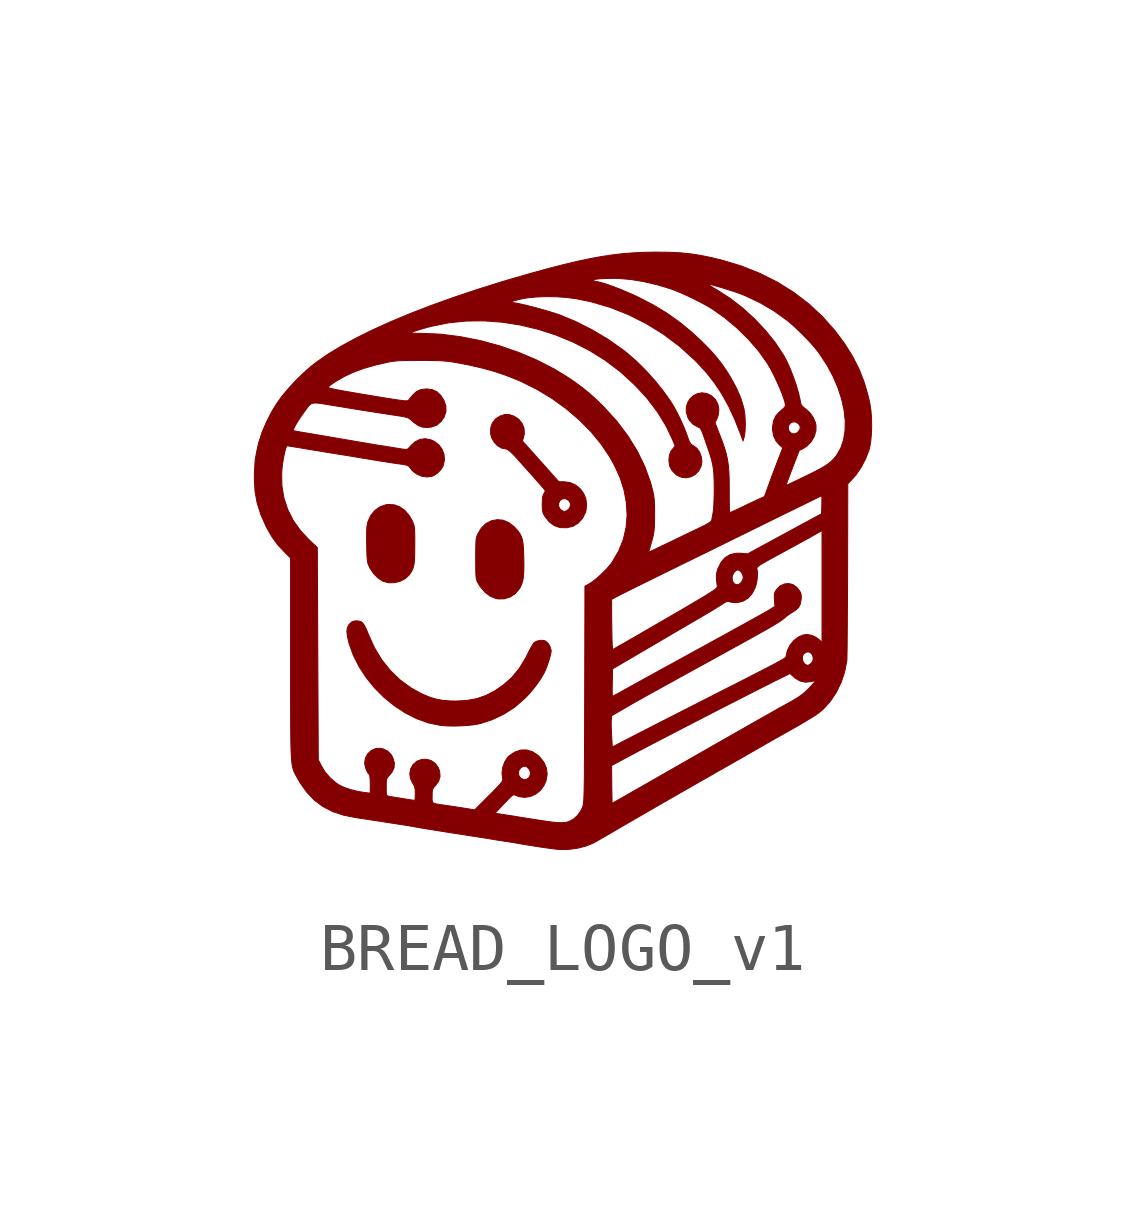
<source format=kicad_sym>
(kicad_symbol_lib
  (version 20231120)
  (generator "kicad_symbol_editor")
  (generator_version "8.0")
  (symbol "BREAD_LOGO_v1"
    (pin_names
      (offset 1.016))
    (property "Reference" "#G"
      (at 0 9.369 0)
      (effects (font (size 1.27 1.27)) (hide yes)))
    (symbol "BREAD_LOGO_v1_0_0"
      (polyline (pts (xy -1.188 -0.975) (xy -1.069 -0.937) (xy -0.963 -0.867) (xy -0.879 -0.768) (xy -0.856 -0.73) (xy -0.828 -0.668) (xy -0.807 -0.6) (xy -0.793 -0.517) (xy -0.786 -0.416) (xy -0.783 -0.288) (xy -0.785 -0.127) (xy -0.786 -0.091) (xy -0.791 0.05) (xy -0.799 0.16) (xy -0.813 0.247) (xy -0.834 0.318) (xy -0.865 0.379) (xy -0.906 0.437) (xy -0.961 0.501) (xy -0.99 0.53) (xy -1.101 0.615) (xy -1.218 0.664) (xy -1.34 0.674) (xy -1.464 0.65) (xy -1.577 0.591) (xy -1.671 0.498) (xy -1.747 0.371) (xy -1.751 0.363) (xy -1.763 0.331) (xy -1.773 0.296) (xy -1.78 0.251) (xy -1.784 0.192) (xy -1.786 0.112) (xy -1.788 0.004) (xy -1.788 -0.137) (xy -1.788 -0.22) (xy -1.787 -0.34) (xy -1.786 -0.43) (xy -1.782 -0.496) (xy -1.777 -0.544) (xy -1.769 -0.581) (xy -1.758 -0.61) (xy -1.744 -0.639) (xy -1.694 -0.721) (xy -1.598 -0.835) (xy -1.489 -0.919) (xy -1.371 -0.968) (xy -1.315 -0.978) (xy -1.188 -0.975)) (stroke (width 0.01) (type default)) (fill (type outline)))
      (polyline (pts (xy -3.48 -0.639) (xy -3.363 -0.61) (xy -3.259 -0.556) (xy -3.177 -0.48) (xy -3.159 -0.455) (xy -3.124 -0.403) (xy -3.099 -0.35) (xy -3.081 -0.291) (xy -3.069 -0.218) (xy -3.062 -0.125) (xy -3.059 -0.005) (xy -3.058 0.146) (xy -3.058 0.222) (xy -3.058 0.337) (xy -3.06 0.423) (xy -3.063 0.487) (xy -3.07 0.535) (xy -3.079 0.573) (xy -3.092 0.608) (xy -3.109 0.647) (xy -3.167 0.751) (xy -3.26 0.862) (xy -3.368 0.941) (xy -3.487 0.984) (xy -3.616 0.991) (xy -3.666 0.984) (xy -3.787 0.94) (xy -3.892 0.864) (xy -3.976 0.761) (xy -4.034 0.634) (xy -4.044 0.597) (xy -4.053 0.547) (xy -4.059 0.486) (xy -4.062 0.406) (xy -4.062 0.3) (xy -4.061 0.162) (xy -4.06 0.153) (xy -4.058 0.025) (xy -4.055 -0.07) (xy -4.051 -0.141) (xy -4.044 -0.194) (xy -4.035 -0.236) (xy -4.021 -0.273) (xy -4.003 -0.313) (xy -3.99 -0.34) (xy -3.915 -0.451) (xy -3.822 -0.544) (xy -3.722 -0.608) (xy -3.711 -0.613) (xy -3.6 -0.641) (xy -3.48 -0.639)) (stroke (width 0.01) (type default)) (fill (type outline)))
      (polyline (pts (xy -2.074 -3.623) (xy -1.926 -3.613) (xy -1.794 -3.597) (xy -1.69 -3.576) (xy -1.449 -3.497) (xy -1.197 -3.378) (xy -0.968 -3.229) (xy -0.761 -3.049) (xy -0.654 -2.935) (xy -0.539 -2.794) (xy -0.439 -2.653) (xy -0.362 -2.522) (xy -0.334 -2.46) (xy -0.3 -2.375) (xy -0.268 -2.281) (xy -0.241 -2.192) (xy -0.222 -2.116) (xy -0.215 -2.066) (xy -0.216 -2.045) (xy -0.239 -1.97) (xy -0.281 -1.901) (xy -0.334 -1.855) (xy -0.372 -1.843) (xy -0.442 -1.842) (xy -0.514 -1.858) (xy -0.569 -1.888) (xy -0.592 -1.918) (xy -0.626 -1.975) (xy -0.668 -2.052) (xy -0.711 -2.139) (xy -0.745 -2.206) (xy -0.878 -2.426) (xy -1.033 -2.614) (xy -1.212 -2.772) (xy -1.384 -2.891) (xy -1.573 -2.99) (xy -1.767 -3.057) (xy -1.974 -3.095) (xy -2.202 -3.107) (xy -2.318 -3.105) (xy -2.478 -3.092) (xy -2.621 -3.065) (xy -2.76 -3.021) (xy -2.909 -2.958) (xy -3.135 -2.834) (xy -3.362 -2.668) (xy -3.566 -2.472) (xy -3.746 -2.247) (xy -3.899 -1.994) (xy -4.025 -1.716) (xy -4.06 -1.629) (xy -4.099 -1.546) (xy -4.135 -1.49) (xy -4.173 -1.456) (xy -4.217 -1.44) (xy -4.273 -1.436) (xy -4.327 -1.44) (xy -4.373 -1.458) (xy -4.417 -1.5) (xy -4.434 -1.521) (xy -4.464 -1.58) (xy -4.474 -1.653) (xy -4.465 -1.746) (xy -4.438 -1.867) (xy -4.43 -1.898) (xy -4.341 -2.148) (xy -4.219 -2.39) (xy -4.069 -2.62) (xy -3.894 -2.835) (xy -3.698 -3.031) (xy -3.484 -3.205) (xy -3.257 -3.354) (xy -3.02 -3.474) (xy -2.776 -3.562) (xy -2.53 -3.613) (xy -2.503 -3.617) (xy -2.374 -3.626) (xy -2.227 -3.628) (xy -2.074 -3.623)) (stroke (width 0.01) (type default)) (fill (type outline)))
      (polyline (pts (xy 0.24 0.537) (xy 0.348 0.602) (xy 0.436 0.697) (xy 0.498 0.82) (xy 0.51 0.859) (xy 0.525 0.987) (xy 0.508 1.11) (xy 0.461 1.223) (xy 0.388 1.321) (xy 0.294 1.397) (xy 0.181 1.447) (xy 0.054 1.465) (xy -0.055 1.465) (xy -0.434 1.89) (xy -0.814 2.315) (xy -0.787 2.403) (xy -0.774 2.466) (xy -0.78 2.576) (xy -0.819 2.678) (xy -0.889 2.766) (xy -0.985 2.83) (xy -1.082 2.864) (xy -1.179 2.867) (xy -1.28 2.835) (xy -1.373 2.775) (xy -1.441 2.689) (xy -1.476 2.585) (xy -1.477 2.465) (xy -1.456 2.383) (xy -1.405 2.292) (xy -1.334 2.217) (xy -1.251 2.167) (xy -1.163 2.149) (xy -1.153 2.148) (xy -1.113 2.13) (xy -1.06 2.088) (xy -0.99 2.017) (xy -0.963 1.989) (xy -0.903 1.923) (xy -0.827 1.838) (xy -0.74 1.741) (xy -0.649 1.639) (xy -0.559 1.538) (xy -0.476 1.444) (xy -0.407 1.364) (xy -0.357 1.306) (xy -0.343 1.287) (xy -0.342 1.26) (xy -0.365 1.219) (xy -0.375 1.2) (xy -0.39 1.155) (xy -0.398 1.09) (xy -0.4 1.016) (xy -0.06 1.016) (xy -0.025 1.079) (xy -0.013 1.091) (xy 0.041 1.113) (xy 0.099 1.107) (xy 0.151 1.074) (xy 0.185 1.018) (xy 0.187 1.012) (xy 0.184 0.952) (xy 0.154 0.896) (xy 0.107 0.859) (xy 0.071 0.847) (xy 0.052 0.841) (xy 0.037 0.848) (xy -0.026 0.892) (xy -0.059 0.951) (xy -0.06 1.016) (xy -0.4 1.016) (xy -0.401 0.997) (xy -0.4 0.943) (xy -0.397 0.875) (xy -0.387 0.826) (xy -0.368 0.782) (xy -0.336 0.73) (xy -0.252 0.625) (xy -0.15 0.551) (xy -0.037 0.511) (xy -0.025 0.509) (xy 0.114 0.506) (xy 0.24 0.537)) (stroke (width 0.01) (type default)) (fill (type outline)))
      (polyline (pts (xy 0.155 -6.199) (xy 0.335 -6.175) (xy 0.506 -6.131) (xy 0.654 -6.072) (xy 0.674 -6.061) (xy 0.733 -6.029) (xy 0.813 -5.983) (xy 0.907 -5.929) (xy 1.006 -5.871) (xy 1.091 -5.822) (xy 1.236 -5.737) (xy 1.407 -5.638) (xy 1.598 -5.527) (xy 1.806 -5.407) (xy 2.024 -5.281) (xy 2.248 -5.152) (xy 2.473 -5.023) (xy 2.695 -4.896) (xy 2.908 -4.774) (xy 3.107 -4.661) (xy 3.159 -4.631) (xy 3.317 -4.541) (xy 3.477 -4.45) (xy 3.632 -4.362) (xy 3.775 -4.28) (xy 3.899 -4.209) (xy 3.996 -4.153) (xy 4.053 -4.12) (xy 4.176 -4.05) (xy 4.319 -3.968) (xy 4.471 -3.882) (xy 4.625 -3.795) (xy 4.769 -3.714) (xy 4.877 -3.653) (xy 5.005 -3.579) (xy 5.123 -3.508) (xy 5.226 -3.446) (xy 5.307 -3.394) (xy 5.36 -3.357) (xy 5.456 -3.277) (xy 5.601 -3.118) (xy 5.726 -2.932) (xy 5.828 -2.724) (xy 5.903 -2.501) (xy 5.949 -2.267) (xy 5.949 -2.265) (xy 5.951 -2.23) (xy 5.952 -2.158) (xy 5.954 -2.054) (xy 5.956 -1.919) (xy 5.957 -1.758) (xy 5.959 -1.571) (xy 5.96 -1.364) (xy 5.962 -1.138) (xy 5.963 -0.897) (xy 5.964 -0.643) (xy 5.965 -0.379) (xy 5.969 1.421) (xy 6.087 1.547) (xy 6.146 1.616) (xy 6.249 1.767) (xy 6.339 1.939) (xy 6.409 2.12) (xy 6.424 2.172) (xy 6.447 2.303) (xy 6.461 2.457) (xy 6.467 2.623) (xy 6.464 2.793) (xy 6.451 2.955) (xy 6.429 3.1) (xy 6.4 3.231) (xy 6.316 3.526) (xy 6.208 3.805) (xy 6.072 4.074) (xy 5.905 4.341) (xy 5.704 4.612) (xy 5.697 4.62) (xy 5.439 4.911) (xy 5.152 5.177) (xy 4.838 5.416) (xy 4.498 5.628) (xy 4.134 5.81) (xy 3.748 5.963) (xy 3.341 6.086) (xy 3.106 6.142) (xy 2.89 6.186) (xy 2.683 6.217) (xy 2.474 6.238) (xy 2.249 6.249) (xy 1.999 6.252) (xy 1.956 6.252) (xy 1.723 6.248) (xy 1.498 6.237) (xy 1.276 6.22) (xy 1.053 6.193) (xy 0.823 6.158) (xy 0.58 6.113) (xy 0.321 6.058) (xy 0.041 5.991) (xy -0.267 5.912) (xy -0.606 5.819) (xy -0.709 5.79) (xy -1.244 5.634) (xy -1.756 5.473) (xy -2.246 5.309) (xy -2.711 5.142) (xy -3.149 4.973) (xy -3.559 4.802) (xy -3.938 4.63) (xy -4.067 4.567) (xy -3.146 4.567) (xy -3.136 4.575) (xy -3.096 4.592) (xy -3.023 4.616) (xy -2.915 4.649) (xy -2.771 4.69) (xy -2.704 4.707) (xy -2.352 4.778) (xy -1.988 4.815) (xy -1.614 4.819) (xy -1.236 4.791) (xy -0.858 4.732) (xy -0.482 4.642) (xy -0.114 4.523) (xy 0.244 4.375) (xy 0.587 4.2) (xy 0.91 3.998) (xy 1.211 3.771) (xy 1.247 3.741) (xy 1.536 3.475) (xy 1.788 3.202) (xy 2.002 2.919) (xy 2.182 2.625) (xy 2.326 2.32) (xy 2.371 2.208) (xy 2.331 2.164) (xy 2.279 2.094) (xy 2.249 2.013) (xy 2.24 1.912) (xy 2.241 1.892) (xy 2.258 1.787) (xy 2.305 1.698) (xy 2.386 1.617) (xy 2.405 1.603) (xy 2.499 1.559) (xy 2.6 1.548) (xy 2.698 1.567) (xy 2.788 1.616) (xy 2.861 1.691) (xy 2.912 1.79) (xy 2.927 1.878) (xy 2.917 1.982) (xy 2.88 2.082) (xy 2.821 2.165) (xy 2.744 2.222) (xy 2.722 2.233) (xy 2.689 2.261) (xy 2.664 2.304) (xy 2.639 2.373) (xy 2.633 2.392) (xy 2.591 2.508) (xy 2.536 2.642) (xy 2.473 2.781) (xy 2.408 2.913) (xy 2.346 3.026) (xy 2.264 3.158) (xy 2.113 3.369) (xy 1.94 3.583) (xy 1.753 3.79) (xy 1.558 3.982) (xy 1.364 4.151) (xy 1.275 4.22) (xy 0.969 4.435) (xy 0.64 4.631) (xy 0.301 4.803) (xy -0.038 4.943) (xy -0.061 4.951) (xy -0.158 4.983) (xy -0.273 5.018) (xy -0.399 5.055) (xy -0.529 5.091) (xy -0.657 5.124) (xy -0.774 5.153) (xy -0.876 5.176) (xy -0.954 5.192) (xy -1.001 5.197) (xy -1.019 5.198) (xy -1.049 5.203) (xy -1.042 5.215) (xy -1.002 5.232) (xy -0.929 5.253) (xy -0.826 5.278) (xy -0.707 5.299) (xy -0.521 5.317) (xy -0.315 5.325) (xy -0.101 5.321) (xy 0.112 5.306) (xy 0.313 5.279) (xy 0.62 5.216) (xy 1.015 5.1) (xy 1.399 4.948) (xy 1.77 4.761) (xy 2.124 4.542) (xy 2.459 4.29) (xy 2.772 4.007) (xy 2.829 3.95) (xy 3.022 3.74) (xy 3.192 3.523) (xy 3.344 3.294) (xy 3.482 3.045) (xy 3.61 2.769) (xy 3.732 2.462) (xy 3.786 2.315) (xy 3.81 2.403) (xy 3.817 2.435) (xy 3.829 2.533) (xy 3.833 2.65) (xy 3.83 2.775) (xy 3.82 2.894) (xy 3.803 2.994) (xy 3.802 2.997) (xy 3.739 3.208) (xy 3.646 3.422) (xy 3.522 3.648) (xy 3.446 3.771) (xy 3.334 3.932) (xy 3.214 4.084) (xy 3.077 4.236) (xy 2.915 4.399) (xy 2.726 4.575) (xy 2.472 4.785) (xy 2.209 4.972) (xy 1.927 5.144) (xy 1.615 5.306) (xy 1.51 5.356) (xy 1.363 5.42) (xy 1.215 5.482) (xy 1.071 5.537) (xy 0.941 5.583) (xy 0.83 5.617) (xy 0.748 5.636) (xy 0.702 5.645) (xy 0.662 5.658) (xy 0.657 5.671) (xy 0.686 5.682) (xy 0.747 5.691) (xy 0.837 5.699) (xy 0.954 5.703) (xy 1.097 5.705) (xy 1.19 5.703) (xy 1.442 5.682) (xy 1.713 5.637) (xy 1.883 5.598) (xy 3.009 5.598) (xy 3.019 5.607) (xy 3.029 5.598) (xy 3.019 5.588) (xy 3.009 5.598) (xy 1.883 5.598) (xy 1.944 5.583) (xy 3.057 5.583) (xy 3.069 5.583) (xy 3.114 5.574) (xy 3.183 5.556) (xy 3.271 5.531) (xy 3.369 5.502) (xy 3.471 5.47) (xy 3.571 5.439) (xy 3.66 5.409) (xy 3.732 5.383) (xy 3.825 5.346) (xy 4.136 5.199) (xy 4.434 5.024) (xy 4.708 4.826) (xy 4.803 4.746) (xy 4.92 4.639) (xy 5.04 4.521) (xy 5.156 4.401) (xy 5.258 4.288) (xy 5.338 4.191) (xy 5.393 4.115) (xy 5.541 3.887) (xy 5.666 3.654) (xy 5.766 3.419) (xy 5.841 3.186) (xy 5.891 2.958) (xy 5.915 2.739) (xy 5.912 2.531) (xy 5.881 2.34) (xy 5.823 2.167) (xy 5.736 2.016) (xy 5.717 1.992) (xy 5.668 1.934) (xy 5.613 1.881) (xy 5.546 1.829) (xy 5.464 1.776) (xy 5.361 1.718) (xy 5.231 1.651) (xy 5.07 1.572) (xy 5.022 1.549) (xy 4.915 1.497) (xy 4.821 1.453) (xy 4.748 1.418) (xy 4.699 1.395) (xy 4.681 1.387) (xy 4.681 1.388) (xy 4.688 1.412) (xy 4.707 1.465) (xy 4.737 1.544) (xy 4.773 1.641) (xy 4.816 1.752) (xy 4.956 2.116) (xy 5.045 2.161) (xy 5.122 2.212) (xy 5.208 2.302) (xy 5.271 2.41) (xy 5.305 2.527) (xy 5.306 2.644) (xy 5.295 2.696) (xy 5.247 2.808) (xy 5.174 2.909) (xy 5.087 2.987) (xy 5.052 3.012) (xy 5.005 3.058) (xy 4.987 3.102) (xy 4.974 3.179) (xy 4.94 3.324) (xy 4.893 3.485) (xy 4.834 3.653) (xy 4.77 3.818) (xy 4.702 3.969) (xy 4.635 4.096) (xy 4.629 4.105) (xy 4.459 4.363) (xy 4.256 4.616) (xy 4.027 4.859) (xy 3.779 5.085) (xy 3.517 5.288) (xy 3.248 5.461) (xy 3.172 5.506) (xy 3.11 5.544) (xy 3.07 5.572) (xy 3.057 5.583) (xy 1.944 5.583) (xy 1.994 5.572) (xy 2.276 5.487) (xy 2.323 5.47) (xy 2.454 5.418) (xy 2.603 5.352) (xy 2.758 5.278) (xy 2.909 5.201) (xy 3.045 5.127) (xy 3.155 5.06) (xy 3.398 4.888) (xy 3.657 4.672) (xy 3.896 4.438) (xy 4.109 4.192) (xy 4.288 3.94) (xy 4.309 3.906) (xy 4.37 3.799) (xy 4.432 3.679) (xy 4.492 3.553) (xy 4.548 3.426) (xy 4.597 3.306) (xy 4.635 3.2) (xy 4.661 3.114) (xy 4.67 3.055) (xy 4.663 3.036) (xy 4.63 2.995) (xy 4.578 2.95) (xy 4.558 2.934) (xy 4.474 2.845) (xy 4.422 2.738) (xy 4.4 2.607) (xy 4.4 2.592) (xy 4.728 2.592) (xy 4.739 2.643) (xy 4.775 2.69) (xy 4.828 2.713) (xy 4.887 2.709) (xy 4.942 2.673) (xy 4.975 2.624) (xy 4.976 2.573) (xy 4.942 2.513) (xy 4.892 2.473) (xy 4.835 2.462) (xy 4.782 2.481) (xy 4.743 2.525) (xy 4.728 2.592) (xy 4.4 2.592) (xy 4.4 2.546) (xy 4.422 2.423) (xy 4.473 2.314) (xy 4.547 2.229) (xy 4.614 2.173) (xy 4.527 1.951) (xy 4.521 1.935) (xy 4.48 1.827) (xy 4.431 1.699) (xy 4.381 1.566) (xy 4.336 1.442) (xy 4.232 1.156) (xy 4.123 1.107) (xy 4.117 1.104) (xy 4.054 1.075) (xy 3.968 1.034) (xy 3.869 0.988) (xy 3.768 0.939) (xy 3.737 0.924) (xy 3.651 0.884) (xy 3.579 0.851) (xy 3.53 0.829) (xy 3.509 0.821) (xy 3.506 0.829) (xy 3.503 0.871) (xy 3.501 0.942) (xy 3.499 1.039) (xy 3.498 1.155) (xy 3.498 1.285) (xy 3.498 1.347) (xy 3.496 1.528) (xy 3.49 1.681) (xy 3.478 1.814) (xy 3.46 1.937) (xy 3.433 2.057) (xy 3.395 2.183) (xy 3.346 2.323) (xy 3.283 2.486) (xy 3.201 2.697) (xy 3.242 2.781) (xy 3.271 2.862) (xy 3.281 2.975) (xy 3.26 3.085) (xy 3.208 3.181) (xy 3.129 3.257) (xy 3.031 3.304) (xy 2.932 3.319) (xy 2.837 3.303) (xy 2.752 3.26) (xy 2.681 3.196) (xy 2.63 3.114) (xy 2.602 3.018) (xy 2.602 2.914) (xy 2.636 2.804) (xy 2.661 2.756) (xy 2.735 2.67) (xy 2.836 2.61) (xy 2.857 2.601) (xy 2.876 2.592) (xy 2.892 2.579) (xy 2.907 2.557) (xy 2.925 2.522) (xy 2.946 2.468) (xy 2.974 2.391) (xy 3.01 2.287) (xy 3.057 2.151) (xy 3.091 2.052) (xy 3.126 1.937) (xy 3.151 1.831) (xy 3.168 1.726) (xy 3.178 1.611) (xy 3.183 1.477) (xy 3.185 1.314) (xy 3.184 1.21) (xy 3.181 1.088) (xy 3.176 0.979) (xy 3.17 0.89) (xy 3.163 0.832) (xy 3.153 0.777) (xy 3.141 0.711) (xy 3.133 0.667) (xy 3.13 0.658) (xy 3.115 0.637) (xy 3.082 0.612) (xy 3.029 0.58) (xy 2.948 0.538) (xy 2.837 0.484) (xy 2.752 0.444) (xy 2.618 0.38) (xy 2.472 0.309) (xy 2.325 0.238) (xy 2.19 0.173) (xy 2.163 0.161) (xy 2.057 0.109) (xy 1.964 0.065) (xy 1.891 0.031) (xy 1.841 0.008) (xy 1.822 0) (xy 1.819 0.006) (xy 1.827 0.034) (xy 1.832 0.049) (xy 1.847 0.099) (xy 1.867 0.171) (xy 1.891 0.254) (xy 1.909 0.325) (xy 1.923 0.393) (xy 1.932 0.462) (xy 1.938 0.542) (xy 1.941 0.642) (xy 1.942 0.772) (xy 1.942 0.895) (xy 1.939 1.012) (xy 1.933 1.105) (xy 1.922 1.185) (xy 1.907 1.26) (xy 1.857 1.451) (xy 1.737 1.783) (xy 1.579 2.107) (xy 1.384 2.422) (xy 1.153 2.728) (xy 0.885 3.023) (xy 0.749 3.156) (xy 0.601 3.292) (xy 0.453 3.414) (xy 0.292 3.533) (xy 0.107 3.658) (xy -0.151 3.815) (xy -0.509 3.999) (xy -0.891 4.161) (xy -1.288 4.298) (xy -1.694 4.408) (xy -2.104 4.489) (xy -2.51 4.541) (xy -2.906 4.559) (xy -2.913 4.559) (xy -3.003 4.56) (xy -3.078 4.562) (xy -3.127 4.564) (xy -3.146 4.567) (xy -4.067 4.567) (xy -4.286 4.458) (xy -4.6 4.287) (xy -4.878 4.118) (xy -5.119 3.95) (xy -5.228 3.864) (xy -5.389 3.721) (xy -5.55 3.563) (xy -5.7 3.399) (xy -5.834 3.238) (xy -5.941 3.087) (xy -6.031 2.941) (xy -6.148 2.714) (xy -6.245 2.487) (xy -6.316 2.266) (xy -6.36 2.061) (xy -6.362 2.047) (xy -6.372 1.993) (xy -6.379 1.959) (xy -6.38 1.955) (xy -6.385 1.919) (xy -6.39 1.853) (xy -6.395 1.766) (xy -6.4 1.666) (xy -6.401 1.645) (xy -5.833 1.645) (xy -5.83 1.687) (xy -5.821 1.786) (xy -5.806 1.889) (xy -5.789 1.989) (xy -5.77 2.079) (xy -5.751 2.151) (xy -5.734 2.199) (xy -5.719 2.215) (xy -5.704 2.213) (xy -5.652 2.204) (xy -5.572 2.191) (xy -5.472 2.175) (xy -5.359 2.156) (xy -5.24 2.136) (xy -5.122 2.117) (xy -5.012 2.099) (xy -4.988 2.095) (xy -4.864 2.074) (xy -4.738 2.054) (xy -4.623 2.035) (xy -4.533 2.021) (xy -4.488 2.014) (xy -4.408 2.001) (xy -4.344 1.99) (xy -4.308 1.984) (xy -4.307 1.984) (xy -4.259 1.976) (xy -4.201 1.966) (xy -4.101 1.95) (xy -3.928 1.921) (xy -3.786 1.898) (xy -3.671 1.88) (xy -3.576 1.865) (xy -3.498 1.853) (xy -3.43 1.843) (xy -3.369 1.835) (xy -3.289 1.823) (xy -3.232 1.812) (xy -3.196 1.798) (xy -3.172 1.777) (xy -3.149 1.746) (xy -3.11 1.696) (xy -3.02 1.626) (xy -2.914 1.58) (xy -2.801 1.564) (xy -2.692 1.581) (xy -2.662 1.593) (xy -2.585 1.645) (xy -2.515 1.716) (xy -2.468 1.793) (xy -2.464 1.803) (xy -2.439 1.919) (xy -2.448 2.036) (xy -2.49 2.145) (xy -2.56 2.239) (xy -2.657 2.31) (xy -2.72 2.338) (xy -2.839 2.362) (xy -2.951 2.348) (xy -3.055 2.296) (xy -3.148 2.208) (xy -3.161 2.191) (xy -3.199 2.152) (xy -3.232 2.137) (xy -3.271 2.139) (xy -3.278 2.14) (xy -3.326 2.148) (xy -3.401 2.16) (xy -3.495 2.175) (xy -3.599 2.192) (xy -3.705 2.209) (xy -3.804 2.224) (xy -3.888 2.238) (xy -3.903 2.24) (xy -3.954 2.249) (xy -4.037 2.263) (xy -4.145 2.281) (xy -4.273 2.303) (xy -4.417 2.328) (xy -4.572 2.354) (xy -4.647 2.367) (xy -4.808 2.395) (xy -4.962 2.421) (xy -5.103 2.445) (xy -5.224 2.466) (xy -5.32 2.482) (xy -5.383 2.492) (xy -5.42 2.498) (xy -5.496 2.512) (xy -5.554 2.523) (xy -5.583 2.53) (xy -5.588 2.541) (xy -5.576 2.58) (xy -5.545 2.642) (xy -5.498 2.722) (xy -5.436 2.817) (xy -5.362 2.921) (xy -5.335 2.958) (xy -5.295 3.014) (xy -5.261 3.055) (xy -5.228 3.084) (xy -5.19 3.101) (xy -5.141 3.107) (xy -5.076 3.104) (xy -4.989 3.093) (xy -4.875 3.074) (xy -4.727 3.049) (xy -4.632 3.034) (xy -4.383 2.993) (xy -4.156 2.956) (xy -3.938 2.922) (xy -3.716 2.887) (xy -3.478 2.851) (xy -3.422 2.843) (xy -3.327 2.828) (xy -3.26 2.815) (xy -3.212 2.801) (xy -3.178 2.785) (xy -3.148 2.764) (xy -3.116 2.735) (xy -3.079 2.702) (xy -2.988 2.638) (xy -2.898 2.603) (xy -2.798 2.595) (xy -2.705 2.606) (xy -2.595 2.648) (xy -2.507 2.723) (xy -2.445 2.816) (xy -2.408 2.928) (xy -2.41 3.044) (xy -2.45 3.161) (xy -2.518 3.268) (xy -2.599 3.343) (xy -2.697 3.386) (xy -2.815 3.4) (xy -2.82 3.4) (xy -2.932 3.386) (xy -3.023 3.345) (xy -3.102 3.271) (xy -3.123 3.245) (xy -3.163 3.197) (xy -3.19 3.164) (xy -3.194 3.161) (xy -3.206 3.155) (xy -3.228 3.152) (xy -3.262 3.152) (xy -3.313 3.157) (xy -3.384 3.166) (xy -3.479 3.18) (xy -3.601 3.199) (xy -3.754 3.224) (xy -3.942 3.255) (xy -4.042 3.272) (xy -4.245 3.306) (xy -4.414 3.335) (xy -4.551 3.359) (xy -4.659 3.379) (xy -4.74 3.395) (xy -4.799 3.409) (xy -4.838 3.419) (xy -4.858 3.428) (xy -4.864 3.436) (xy -4.858 3.444) (xy -4.828 3.471) (xy -4.781 3.506) (xy -4.707 3.555) (xy -4.527 3.66) (xy -4.332 3.75) (xy -4.117 3.829) (xy -3.875 3.898) (xy -3.601 3.961) (xy -3.564 3.968) (xy -3.499 3.977) (xy -3.425 3.985) (xy -3.338 3.99) (xy -3.231 3.993) (xy -3.097 3.994) (xy -2.931 3.994) (xy -2.818 3.994) (xy -2.681 3.992) (xy -2.571 3.99) (xy -2.478 3.985) (xy -2.397 3.978) (xy -2.318 3.969) (xy -2.235 3.956) (xy -2.139 3.939) (xy -1.931 3.899) (xy -1.653 3.835) (xy -1.397 3.764) (xy -1.152 3.681) (xy -0.908 3.584) (xy -0.832 3.551) (xy -0.506 3.388) (xy -0.194 3.199) (xy 0.099 2.987) (xy 0.37 2.755) (xy 0.615 2.508) (xy 0.829 2.248) (xy 1.009 1.979) (xy 1.109 1.798) (xy 1.225 1.54) (xy 1.305 1.287) (xy 1.352 1.032) (xy 1.368 0.772) (xy 1.368 0.766) (xy 1.347 0.509) (xy 1.289 0.26) (xy 1.193 0.021) (xy 1.059 -0.209) (xy 1.026 -0.254) (xy 0.949 -0.344) (xy 0.856 -0.439) (xy 0.758 -0.529) (xy 0.665 -0.606) (xy 0.585 -0.659) (xy 0.489 -0.713) (xy 0.489 -0.987) (xy 1.045 -0.987) (xy 1.202 -0.905) (xy 1.204 -0.904) (xy 1.251 -0.879) (xy 1.33 -0.84) (xy 1.437 -0.786) (xy 1.568 -0.721) (xy 1.72 -0.646) (xy 1.889 -0.563) (xy 2.071 -0.473) (xy 2.263 -0.379) (xy 2.462 -0.281) (xy 2.532 -0.246) (xy 2.77 -0.13) (xy 3.025 -0.005) (xy 3.289 0.125) (xy 3.555 0.256) (xy 3.816 0.384) (xy 4.064 0.506) (xy 4.291 0.618) (xy 4.491 0.717) (xy 4.569 0.755) (xy 4.742 0.84) (xy 4.902 0.918) (xy 5.047 0.989) (xy 5.173 1.051) (xy 5.277 1.102) (xy 5.356 1.14) (xy 5.406 1.164) (xy 5.425 1.172) (xy 5.427 1.166) (xy 5.429 1.128) (xy 5.429 1.065) (xy 5.428 0.985) (xy 5.422 0.798) (xy 5.061 0.602) (xy 5.05 0.597) (xy 4.915 0.523) (xy 4.76 0.439) (xy 4.595 0.35) (xy 4.434 0.262) (xy 4.29 0.184) (xy 3.88 -0.039) (xy 3.748 -0.026) (xy 3.636 -0.026) (xy 3.514 -0.055) (xy 3.412 -0.117) (xy 3.328 -0.213) (xy 3.263 -0.344) (xy 3.246 -0.395) (xy 3.233 -0.455) (xy 3.229 -0.521) (xy 3.23 -0.54) (xy 3.556 -0.54) (xy 3.564 -0.492) (xy 3.593 -0.433) (xy 3.635 -0.389) (xy 3.681 -0.371) (xy 3.713 -0.385) (xy 3.75 -0.424) (xy 3.779 -0.476) (xy 3.791 -0.528) (xy 3.779 -0.58) (xy 3.75 -0.632) (xy 3.702 -0.673) (xy 3.65 -0.682) (xy 3.603 -0.661) (xy 3.569 -0.612) (xy 3.556 -0.54) (xy 3.23 -0.54) (xy 3.234 -0.603) (xy 3.248 -0.712) (xy 3.248 -0.721) (xy 3.245 -0.732) (xy 3.237 -0.745) (xy 3.221 -0.761) (xy 3.196 -0.782) (xy 3.159 -0.809) (xy 3.108 -0.842) (xy 3.042 -0.884) (xy 2.958 -0.936) (xy 2.854 -0.998) (xy 2.729 -1.072) (xy 2.58 -1.16) (xy 2.405 -1.262) (xy 2.203 -1.379) (xy 1.97 -1.514) (xy 1.706 -1.667) (xy 1.695 -1.674) (xy 1.554 -1.756) (xy 1.423 -1.831) (xy 1.307 -1.898) (xy 1.209 -1.953) (xy 1.134 -1.996) (xy 1.085 -2.023) (xy 1.066 -2.032) (xy 1.066 -2.031) (xy 1.062 -2.006) (xy 1.059 -1.946) (xy 1.055 -1.858) (xy 1.052 -1.746) (xy 1.05 -1.613) (xy 1.048 -1.465) (xy 1.046 -1.307) (xy 1.046 -1.143) (xy 1.045 -0.987) (xy 0.489 -0.987) (xy 0.484 -2.96) (xy 0.484 -2.982) (xy 0.483 -3.325) (xy 0.482 -3.553) (xy 1.037 -3.553) (xy 1.039 -3.5) (xy 1.045 -3.414) (xy 1.338 -3.244) (xy 1.368 -3.227) (xy 1.427 -3.193) (xy 1.483 -3.16) (xy 1.539 -3.128) (xy 1.599 -3.094) (xy 1.664 -3.058) (xy 1.737 -3.017) (xy 1.821 -2.97) (xy 1.919 -2.916) (xy 2.032 -2.853) (xy 2.164 -2.78) (xy 2.317 -2.696) (xy 2.494 -2.598) (xy 2.698 -2.486) (xy 2.93 -2.358) (xy 3.195 -2.213) (xy 3.364 -2.12) (xy 3.592 -1.994) (xy 3.79 -1.885) (xy 3.961 -1.79) (xy 4.105 -1.71) (xy 4.227 -1.641) (xy 4.328 -1.584) (xy 4.41 -1.536) (xy 4.477 -1.496) (xy 4.53 -1.463) (xy 4.572 -1.435) (xy 4.606 -1.411) (xy 4.633 -1.39) (xy 4.656 -1.369) (xy 4.679 -1.349) (xy 4.752 -1.295) (xy 4.822 -1.25) (xy 4.872 -1.22) (xy 4.941 -1.158) (xy 4.98 -1.082) (xy 4.997 -0.982) (xy 4.998 -0.967) (xy 4.998 -0.9) (xy 4.987 -0.851) (xy 4.96 -0.803) (xy 4.904 -0.735) (xy 4.824 -0.678) (xy 4.735 -0.657) (xy 4.648 -0.666) (xy 4.556 -0.707) (xy 4.483 -0.783) (xy 4.481 -0.786) (xy 4.454 -0.83) (xy 4.44 -0.87) (xy 4.436 -0.921) (xy 4.44 -0.996) (xy 4.449 -1.132) (xy 4.379 -1.178) (xy 4.365 -1.187) (xy 4.334 -1.206) (xy 4.289 -1.232) (xy 4.229 -1.266) (xy 4.151 -1.311) (xy 4.052 -1.365) (xy 3.932 -1.432) (xy 3.788 -1.512) (xy 3.618 -1.605) (xy 3.42 -1.715) (xy 3.191 -1.84) (xy 2.931 -1.983) (xy 2.786 -2.062) (xy 2.547 -2.194) (xy 2.338 -2.309) (xy 2.156 -2.408) (xy 2 -2.494) (xy 1.866 -2.568) (xy 1.752 -2.631) (xy 1.655 -2.684) (xy 1.573 -2.729) (xy 1.503 -2.768) (xy 1.443 -2.801) (xy 1.389 -2.831) (xy 1.34 -2.858) (xy 1.292 -2.885) (xy 1.277 -2.894) (xy 1.195 -2.939) (xy 1.128 -2.975) (xy 1.081 -3) (xy 1.062 -3.009) (xy 1.061 -3.005) (xy 1.059 -2.971) (xy 1.058 -2.909) (xy 1.058 -2.823) (xy 1.06 -2.723) (xy 1.065 -2.436) (xy 1.436 -2.219) (xy 1.537 -2.159) (xy 1.777 -2.019) (xy 2.012 -1.881) (xy 2.238 -1.748) (xy 2.45 -1.624) (xy 2.642 -1.512) (xy 2.811 -1.413) (xy 2.95 -1.332) (xy 3.006 -1.299) (xy 3.111 -1.237) (xy 3.208 -1.177) (xy 3.29 -1.127) (xy 3.346 -1.091) (xy 3.383 -1.066) (xy 3.434 -1.037) (xy 3.469 -1.028) (xy 3.496 -1.035) (xy 3.514 -1.041) (xy 3.568 -1.051) (xy 3.634 -1.055) (xy 3.674 -1.053) (xy 3.791 -1.023) (xy 3.893 -0.959) (xy 3.978 -0.862) (xy 4.042 -0.735) (xy 4.052 -0.706) (xy 4.073 -0.614) (xy 4.085 -0.515) (xy 4.087 -0.426) (xy 4.077 -0.359) (xy 4.074 -0.349) (xy 4.074 -0.335) (xy 4.082 -0.319) (xy 4.101 -0.299) (xy 4.135 -0.274) (xy 4.187 -0.241) (xy 4.26 -0.199) (xy 4.358 -0.144) (xy 4.484 -0.076) (xy 4.64 0.009) (xy 4.667 0.024) (xy 4.796 0.094) (xy 4.926 0.165) (xy 5.048 0.232) (xy 5.152 0.289) (xy 5.231 0.334) (xy 5.432 0.447) (xy 5.432 -0.718) (xy 5.432 -1.883) (xy 5.378 -1.832) (xy 5.305 -1.777) (xy 5.208 -1.735) (xy 5.114 -1.719) (xy 5.036 -1.73) (xy 4.936 -1.774) (xy 4.845 -1.845) (xy 4.768 -1.937) (xy 4.713 -2.043) (xy 4.685 -2.156) (xy 4.685 -2.157) (xy 4.685 -2.166) (xy 4.684 -2.174) (xy 4.682 -2.182) (xy 4.676 -2.192) (xy 4.664 -2.203) (xy 4.644 -2.218) (xy 4.636 -2.223) (xy 5.022 -2.223) (xy 5.027 -2.167) (xy 5.048 -2.125) (xy 5.096 -2.092) (xy 5.138 -2.081) (xy 5.186 -2.095) (xy 5.224 -2.133) (xy 5.246 -2.186) (xy 5.247 -2.246) (xy 5.222 -2.303) (xy 5.222 -2.303) (xy 5.183 -2.341) (xy 5.143 -2.361) (xy 5.117 -2.36) (xy 5.07 -2.334) (xy 5.035 -2.284) (xy 5.022 -2.223) (xy 4.636 -2.223) (xy 4.614 -2.237) (xy 4.572 -2.261) (xy 4.517 -2.292) (xy 4.447 -2.33) (xy 4.359 -2.376) (xy 4.251 -2.432) (xy 4.122 -2.498) (xy 3.97 -2.576) (xy 3.793 -2.667) (xy 3.589 -2.771) (xy 3.355 -2.889) (xy 3.091 -3.024) (xy 2.794 -3.175) (xy 2.727 -3.209) (xy 2.519 -3.315) (xy 2.315 -3.419) (xy 2.12 -3.518) (xy 1.937 -3.612) (xy 1.77 -3.698) (xy 1.622 -3.773) (xy 1.498 -3.837) (xy 1.401 -3.887) (xy 1.335 -3.921) (xy 1.059 -4.065) (xy 1.046 -3.825) (xy 1.041 -3.732) (xy 1.038 -3.635) (xy 1.037 -3.553) (xy 0.482 -3.553) (xy 0.482 -3.632) (xy 0.481 -3.904) (xy 0.48 -4.144) (xy 0.479 -4.353) (xy 0.478 -4.452) (xy 1.045 -4.452) (xy 1.407 -4.257) (xy 1.468 -4.224) (xy 1.58 -4.165) (xy 1.72 -4.091) (xy 1.884 -4.006) (xy 2.068 -3.91) (xy 2.268 -3.806) (xy 2.481 -3.696) (xy 2.701 -3.582) (xy 2.926 -3.466) (xy 3.151 -3.35) (xy 3.373 -3.236) (xy 3.586 -3.127) (xy 3.788 -3.024) (xy 3.974 -2.929) (xy 4.141 -2.844) (xy 4.284 -2.772) (xy 4.399 -2.714) (xy 4.763 -2.533) (xy 4.855 -2.614) (xy 4.87 -2.627) (xy 4.975 -2.69) (xy 5.087 -2.714) (xy 5.206 -2.701) (xy 5.225 -2.696) (xy 5.271 -2.687) (xy 5.292 -2.687) (xy 5.289 -2.695) (xy 5.265 -2.726) (xy 5.222 -2.774) (xy 5.166 -2.834) (xy 5.144 -2.856) (xy 5.076 -2.921) (xy 5.005 -2.979) (xy 4.925 -3.035) (xy 4.825 -3.095) (xy 4.699 -3.166) (xy 4.69 -3.17) (xy 4.612 -3.214) (xy 4.5 -3.276) (xy 4.356 -3.358) (xy 4.178 -3.458) (xy 3.967 -3.578) (xy 3.723 -3.717) (xy 3.446 -3.875) (xy 3.135 -4.052) (xy 2.791 -4.249) (xy 2.413 -4.465) (xy 2.41 -4.467) (xy 2.204 -4.584) (xy 2.008 -4.697) (xy 1.824 -4.802) (xy 1.654 -4.899) (xy 1.502 -4.985) (xy 1.37 -5.061) (xy 1.261 -5.123) (xy 1.178 -5.17) (xy 1.123 -5.201) (xy 1.099 -5.215) (xy 1.055 -5.238) (xy 1.052 -5.056) (xy 1.051 -5.015) (xy 1.049 -4.901) (xy 1.048 -4.777) (xy 1.047 -4.663) (xy 1.045 -4.452) (xy 0.478 -4.452) (xy 0.478 -4.535) (xy 0.477 -4.691) (xy 0.475 -4.823) (xy 0.473 -4.933) (xy 0.471 -5.024) (xy 0.468 -5.098) (xy 0.466 -5.158) (xy 0.462 -5.204) (xy 0.459 -5.24) (xy 0.454 -5.268) (xy 0.45 -5.289) (xy 0.445 -5.307) (xy 0.407 -5.39) (xy 0.338 -5.488) (xy 0.253 -5.567) (xy 0.163 -5.615) (xy 0.127 -5.627) (xy 0.084 -5.636) (xy 0.037 -5.642) (xy -0.019 -5.643) (xy -0.089 -5.64) (xy -0.176 -5.632) (xy -0.284 -5.618) (xy -0.419 -5.598) (xy -0.583 -5.573) (xy -0.781 -5.541) (xy -0.819 -5.535) (xy -0.948 -5.514) (xy -1.067 -5.495) (xy -1.169 -5.479) (xy -1.247 -5.467) (xy -1.294 -5.46) (xy -1.387 -5.447) (xy -1.197 -5.246) (xy -1.155 -5.203) (xy -1.092 -5.137) (xy -1.047 -5.094) (xy -1.016 -5.07) (xy -0.994 -5.061) (xy -0.974 -5.064) (xy -0.951 -5.074) (xy -0.88 -5.101) (xy -0.764 -5.115) (xy -0.647 -5.096) (xy -0.537 -5.047) (xy -0.441 -4.971) (xy -0.366 -4.87) (xy -0.321 -4.766) (xy -0.298 -4.634) (xy -0.313 -4.506) (xy -0.366 -4.383) (xy -0.457 -4.269) (xy -0.493 -4.236) (xy -0.606 -4.162) (xy -0.726 -4.126) (xy -0.848 -4.128) (xy -0.969 -4.169) (xy -1.088 -4.247) (xy -1.124 -4.283) (xy -1.185 -4.379) (xy -1.225 -4.493) (xy -1.239 -4.606) (xy -0.899 -4.606) (xy -0.885 -4.551) (xy -0.851 -4.502) (xy -0.804 -4.469) (xy -0.757 -4.465) (xy -0.723 -4.479) (xy -0.674 -4.526) (xy -0.649 -4.587) (xy -0.651 -4.652) (xy -0.684 -4.709) (xy -0.731 -4.739) (xy -0.79 -4.743) (xy -0.844 -4.719) (xy -0.883 -4.672) (xy -0.899 -4.606) (xy -1.239 -4.606) (xy -1.24 -4.614) (xy -1.226 -4.729) (xy -1.225 -4.731) (xy -1.224 -4.751) (xy -1.232 -4.773) (xy -1.251 -4.803) (xy -1.285 -4.845) (xy -1.338 -4.901) (xy -1.412 -4.978) (xy -1.511 -5.077) (xy -1.809 -5.375) (xy -2.072 -5.333) (xy -2.078 -5.332) (xy -2.188 -5.315) (xy -2.298 -5.298) (xy -2.393 -5.284) (xy -2.462 -5.274) (xy -2.52 -5.266) (xy -2.6 -5.254) (xy -2.651 -5.241) (xy -2.68 -5.224) (xy -2.693 -5.195) (xy -2.697 -5.152) (xy -2.696 -5.087) (xy -2.696 -5.045) (xy -2.693 -4.984) (xy -2.683 -4.943) (xy -2.663 -4.909) (xy -2.628 -4.871) (xy -2.627 -4.87) (xy -2.56 -4.777) (xy -2.531 -4.676) (xy -2.541 -4.568) (xy -2.567 -4.497) (xy -2.629 -4.411) (xy -2.71 -4.351) (xy -2.806 -4.321) (xy -2.908 -4.323) (xy -3.009 -4.359) (xy -3.019 -4.365) (xy -3.096 -4.434) (xy -3.144 -4.521) (xy -3.162 -4.62) (xy -3.148 -4.723) (xy -3.1 -4.822) (xy -3.078 -4.856) (xy -3.059 -4.901) (xy -3.05 -4.957) (xy -3.048 -5.037) (xy -3.048 -5.046) (xy -3.05 -5.113) (xy -3.053 -5.16) (xy -3.058 -5.178) (xy -3.067 -5.177) (xy -3.109 -5.171) (xy -3.176 -5.161) (xy -3.259 -5.148) (xy -3.35 -5.133) (xy -3.439 -5.119) (xy -3.518 -5.106) (xy -3.578 -5.096) (xy -3.61 -5.09) (xy -3.63 -5.082) (xy -3.643 -5.068) (xy -3.65 -5.037) (xy -3.653 -4.984) (xy -3.653 -4.899) (xy -3.653 -4.888) (xy -3.652 -4.806) (xy -3.648 -4.753) (xy -3.638 -4.717) (xy -3.62 -4.689) (xy -3.592 -4.66) (xy -3.535 -4.594) (xy -3.49 -4.498) (xy -3.483 -4.396) (xy -3.515 -4.289) (xy -3.549 -4.227) (xy -3.622 -4.151) (xy -3.718 -4.104) (xy -3.785 -4.091) (xy -3.882 -4.1) (xy -3.969 -4.141) (xy -4.039 -4.207) (xy -4.086 -4.294) (xy -4.103 -4.396) (xy -4.102 -4.41) (xy -4.09 -4.476) (xy -4.066 -4.546) (xy -4.036 -4.606) (xy -4.006 -4.64) (xy -4.001 -4.648) (xy -3.993 -4.689) (xy -3.988 -4.755) (xy -3.986 -4.84) (xy -3.986 -5.027) (xy -4.103 -5.013) (xy -4.123 -5.011) (xy -4.262 -4.987) (xy -4.401 -4.951) (xy -4.527 -4.908) (xy -4.628 -4.861) (xy -4.696 -4.816) (xy -4.818 -4.712) (xy -4.926 -4.588) (xy -5.006 -4.458) (xy -5.07 -4.329) (xy -5.08 -2.117) (xy -5.09 0.094) (xy -5.261 0.255) (xy -5.44 0.445) (xy -5.592 0.658) (xy -5.707 0.886) (xy -5.786 1.127) (xy -5.828 1.38) (xy -5.833 1.645) (xy -6.401 1.645) (xy -6.403 1.516) (xy -6.388 1.263) (xy -6.344 1.022) (xy -6.268 0.783) (xy -6.16 0.537) (xy -6.135 0.489) (xy -6.03 0.308) (xy -5.913 0.149) (xy -5.775 0.001) (xy -5.647 -0.126) (xy -5.647 -2.228) (xy -5.647 -2.408) (xy -5.647 -2.73) (xy -5.647 -3.016) (xy -5.646 -3.269) (xy -5.646 -3.492) (xy -5.645 -3.686) (xy -5.643 -3.853) (xy -5.641 -3.997) (xy -5.638 -4.119) (xy -5.633 -4.222) (xy -5.628 -4.308) (xy -5.622 -4.38) (xy -5.614 -4.439) (xy -5.604 -4.488) (xy -5.593 -4.529) (xy -5.58 -4.566) (xy -5.566 -4.599) (xy -5.549 -4.632) (xy -5.53 -4.667) (xy -5.509 -4.705) (xy -5.448 -4.812) (xy -5.308 -5.009) (xy -5.151 -5.173) (xy -4.973 -5.306) (xy -4.771 -5.41) (xy -4.544 -5.486) (xy -4.289 -5.537) (xy -4.222 -5.547) (xy -4.108 -5.564) (xy -3.976 -5.584) (xy -3.837 -5.605) (xy -3.703 -5.626) (xy -3.584 -5.645) (xy -3.47 -5.662) (xy -3.372 -5.678) (xy -3.297 -5.689) (xy -3.253 -5.696) (xy -3.252 -5.696) (xy -3.193 -5.705) (xy -3.112 -5.72) (xy -3.028 -5.735) (xy -2.988 -5.742) (xy -2.908 -5.756) (xy -2.798 -5.774) (xy -2.666 -5.795) (xy -2.517 -5.819) (xy -2.356 -5.845) (xy -2.188 -5.87) (xy -2.049 -5.892) (xy -1.89 -5.917) (xy -1.744 -5.94) (xy -1.615 -5.96) (xy -1.509 -5.977) (xy -1.431 -5.99) (xy -1.387 -5.997) (xy -1.35 -6.004) (xy -1.265 -6.017) (xy -1.192 -6.028) (xy -1.155 -6.033) (xy -1.08 -6.045) (xy -0.987 -6.06) (xy -0.889 -6.077) (xy -0.831 -6.087) (xy -0.749 -6.101) (xy -0.683 -6.112) (xy -0.62 -6.122) (xy -0.552 -6.133) (xy -0.466 -6.146) (xy -0.352 -6.163) (xy -0.294 -6.171) (xy -0.199 -6.184) (xy -0.116 -6.194) (xy -0.059 -6.2) (xy -0.022 -6.202) (xy 0.155 -6.199)) (stroke (width 0.01) (type default)) (fill (type outline))))))
</source>
